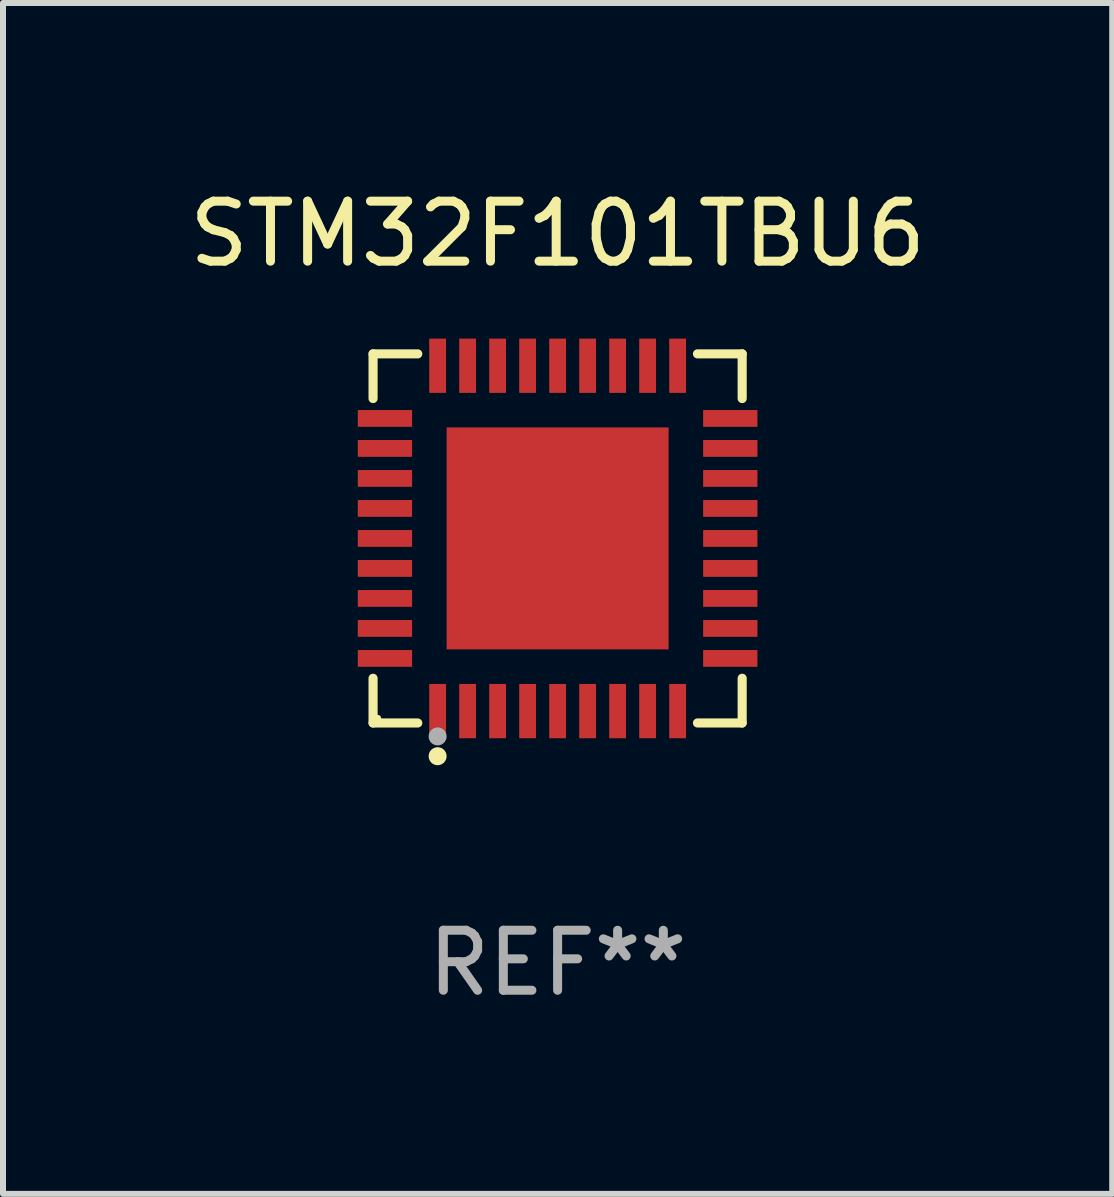
<source format=kicad_pcb>
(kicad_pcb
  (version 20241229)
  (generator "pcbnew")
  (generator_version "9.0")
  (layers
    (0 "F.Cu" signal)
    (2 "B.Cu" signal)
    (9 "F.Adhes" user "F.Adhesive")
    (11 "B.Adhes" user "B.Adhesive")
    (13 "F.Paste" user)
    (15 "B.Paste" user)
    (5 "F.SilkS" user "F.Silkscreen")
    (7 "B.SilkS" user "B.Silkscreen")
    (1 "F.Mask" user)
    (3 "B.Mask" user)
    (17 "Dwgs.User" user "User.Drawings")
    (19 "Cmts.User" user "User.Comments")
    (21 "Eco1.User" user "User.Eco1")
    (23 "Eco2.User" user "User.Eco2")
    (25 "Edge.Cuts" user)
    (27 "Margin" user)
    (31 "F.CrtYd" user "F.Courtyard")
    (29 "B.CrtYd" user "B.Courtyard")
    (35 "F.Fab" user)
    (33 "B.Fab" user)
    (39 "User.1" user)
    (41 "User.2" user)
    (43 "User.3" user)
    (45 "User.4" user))
  (footprint "STM32F101TBU6"
    (layer "F.Cu")
    (at 6.244 5.924)
    (property "Reference" "STM32F101TBU6" (at 0 -5.076 0) (layer "F.SilkS") (effects (font (size 1 1) (thickness 0.15))))
    (attr through_hole)
    (fp_line (start -3.076 -3.076) (end -2.331 -3.076) (stroke (width 0.152) (type solid)) (layer "F.SilkS"))
    (fp_line (start -3.076 -2.331) (end -3.076 -3.076) (stroke (width 0.152) (type solid)) (layer "F.SilkS"))
    (fp_line (start -3.076 2.331) (end -3.076 3.076) (stroke (width 0.152) (type solid)) (layer "F.SilkS"))
    (fp_line (start -3.076 3.076) (end -2.331 3.076) (stroke (width 0.152) (type solid)) (layer "F.SilkS"))
    (fp_line (start 3.076 -3.076) (end 2.331 -3.076) (stroke (width 0.152) (type solid)) (layer "F.SilkS"))
    (fp_line (start 3.076 -2.331) (end 3.076 -3.076) (stroke (width 0.152) (type solid)) (layer "F.SilkS"))
    (fp_line (start 3.076 2.331) (end 3.076 3.076) (stroke (width 0.152) (type solid)) (layer "F.SilkS"))
    (fp_line (start 3.076 3.076) (end 2.331 3.076) (stroke (width 0.152) (type solid)) (layer "F.SilkS"))
    (fp_circle (center -3 3) (end -2.97 3) (stroke (width 0.06) (type solid)) (fill no) (layer "F.SilkS"))
    (fp_circle (center -2 3.63) (end -1.925 3.63) (stroke (width 0.15) (type solid)) (fill no) (layer "F.SilkS"))
    (fp_circle (center -2 3.3) (end -1.925 3.3) (stroke (width 0.15) (type solid)) (fill no) (layer "F.Fab"))
    (fp_text user "REF**" (at 0 7.076 0) (layer "F.Fab") (effects (font (size 1 1) (thickness 0.15))))
    (pad "1" smd rect (at -2 2.878) (size 0.28 0.905) (layers "F.Cu" "F.Mask" "F.Paste"))
    (pad "2" smd rect (at -1.5 2.878) (size 0.28 0.905) (layers "F.Cu" "F.Mask" "F.Paste"))
    (pad "3" smd rect (at -1 2.878) (size 0.28 0.905) (layers "F.Cu" "F.Mask" "F.Paste"))
    (pad "4" smd rect (at -0.5 2.878) (size 0.28 0.905) (layers "F.Cu" "F.Mask" "F.Paste"))
    (pad "5" smd rect (at 0 2.878) (size 0.28 0.905) (layers "F.Cu" "F.Mask" "F.Paste"))
    (pad "6" smd rect (at 0.5 2.878) (size 0.28 0.905) (layers "F.Cu" "F.Mask" "F.Paste"))
    (pad "7" smd rect (at 1 2.878) (size 0.28 0.905) (layers "F.Cu" "F.Mask" "F.Paste"))
    (pad "8" smd rect (at 1.5 2.878) (size 0.28 0.905) (layers "F.Cu" "F.Mask" "F.Paste"))
    (pad "9" smd rect (at 2 2.878) (size 0.28 0.905) (layers "F.Cu" "F.Mask" "F.Paste"))
    (pad "10" smd rect (at 2.878 2) (size 0.905 0.28) (layers "F.Cu" "F.Mask" "F.Paste"))
    (pad "11" smd rect (at 2.878 1.5) (size 0.905 0.28) (layers "F.Cu" "F.Mask" "F.Paste"))
    (pad "12" smd rect (at 2.878 1) (size 0.905 0.28) (layers "F.Cu" "F.Mask" "F.Paste"))
    (pad "13" smd rect (at 2.878 0.5) (size 0.905 0.28) (layers "F.Cu" "F.Mask" "F.Paste"))
    (pad "14" smd rect (at 2.878 0) (size 0.905 0.28) (layers "F.Cu" "F.Mask" "F.Paste"))
    (pad "15" smd rect (at 2.878 -0.5) (size 0.905 0.28) (layers "F.Cu" "F.Mask" "F.Paste"))
    (pad "16" smd rect (at 2.878 -1) (size 0.905 0.28) (layers "F.Cu" "F.Mask" "F.Paste"))
    (pad "17" smd rect (at 2.878 -1.5) (size 0.905 0.28) (layers "F.Cu" "F.Mask" "F.Paste"))
    (pad "18" smd rect (at 2.878 -2) (size 0.905 0.28) (layers "F.Cu" "F.Mask" "F.Paste"))
    (pad "19" smd rect (at 2 -2.878) (size 0.28 0.905) (layers "F.Cu" "F.Mask" "F.Paste"))
    (pad "20" smd rect (at 1.5 -2.878) (size 0.28 0.905) (layers "F.Cu" "F.Mask" "F.Paste"))
    (pad "21" smd rect (at 1 -2.878) (size 0.28 0.905) (layers "F.Cu" "F.Mask" "F.Paste"))
    (pad "22" smd rect (at 0.5 -2.878) (size 0.28 0.905) (layers "F.Cu" "F.Mask" "F.Paste"))
    (pad "23" smd rect (at 0 -2.878) (size 0.28 0.905) (layers "F.Cu" "F.Mask" "F.Paste"))
    (pad "24" smd rect (at -0.5 -2.878) (size 0.28 0.905) (layers "F.Cu" "F.Mask" "F.Paste"))
    (pad "25" smd rect (at -1 -2.878) (size 0.28 0.905) (layers "F.Cu" "F.Mask" "F.Paste"))
    (pad "26" smd rect (at -1.5 -2.878) (size 0.28 0.905) (layers "F.Cu" "F.Mask" "F.Paste"))
    (pad "27" smd rect (at -2 -2.878) (size 0.28 0.905) (layers "F.Cu" "F.Mask" "F.Paste"))
    (pad "28" smd rect (at -2.878 -2) (size 0.905 0.28) (layers "F.Cu" "F.Mask" "F.Paste"))
    (pad "29" smd rect (at -2.878 -1.5) (size 0.905 0.28) (layers "F.Cu" "F.Mask" "F.Paste"))
    (pad "30" smd rect (at -2.878 -1) (size 0.905 0.28) (layers "F.Cu" "F.Mask" "F.Paste"))
    (pad "31" smd rect (at -2.878 -0.5) (size 0.905 0.28) (layers "F.Cu" "F.Mask" "F.Paste"))
    (pad "32" smd rect (at -2.878 0) (size 0.905 0.28) (layers "F.Cu" "F.Mask" "F.Paste"))
    (pad "33" smd rect (at -2.878 0.5) (size 0.905 0.28) (layers "F.Cu" "F.Mask" "F.Paste"))
    (pad "34" smd rect (at -2.878 1) (size 0.905 0.28) (layers "F.Cu" "F.Mask" "F.Paste"))
    (pad "35" smd rect (at -2.878 1.5) (size 0.905 0.28) (layers "F.Cu" "F.Mask" "F.Paste"))
    (pad "36" smd rect (at -2.878 2) (size 0.905 0.28) (layers "F.Cu" "F.Mask" "F.Paste"))
    (pad "37" smd rect (at 0 0) (size 3.7 3.7) (layers "F.Cu" "F.Mask" "F.Paste")))
  (gr_rect
    (start -3 -3)
    (end 15.488 16.849)
    (stroke (width 0.1) (type default))
    (fill no)
    (layer "Edge.Cuts")))
</source>
